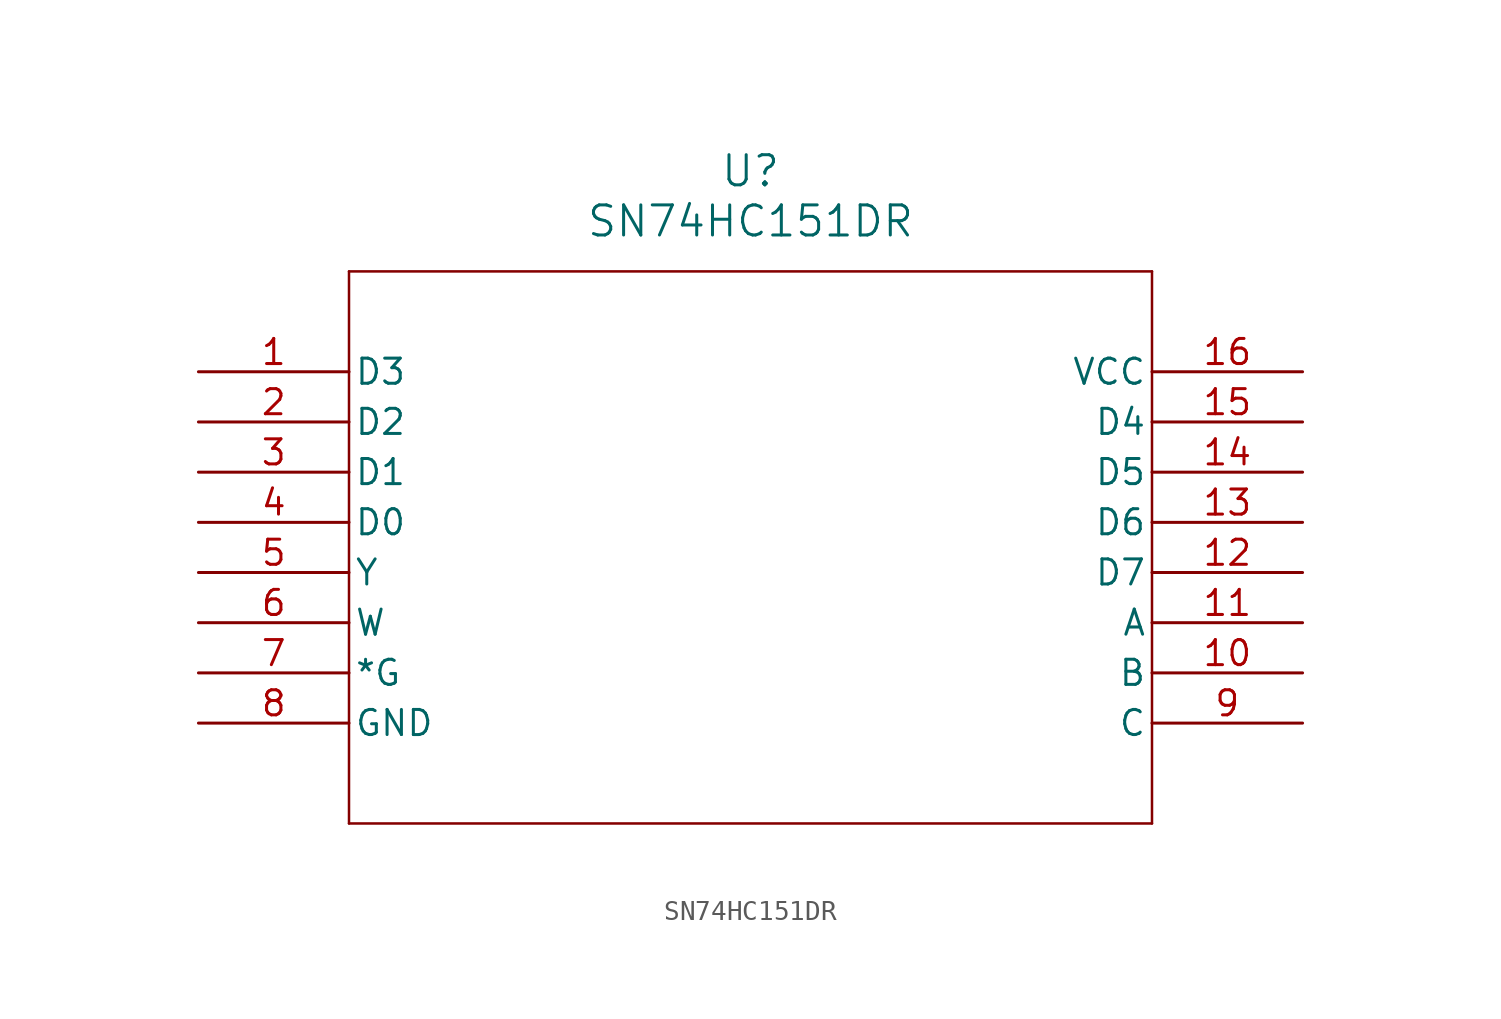
<source format=kicad_sym>
(kicad_symbol_lib
  (version 20211014)
  (generator kicad_symbol_editor)
  (symbol "SN74HC151DR"
    (pin_names
      (offset 0.254))
    (property "Reference" "U"
      (at 27.94 10.16 0)
      (effects (font (size 1.524 1.524))))
    (property "Value" "SN74HC151DR"
      (at 27.94 7.62 0)
      (effects (font (size 1.524 1.524))))
    (symbol "SN74HC151DR_0_1"
      (polyline (pts (xy 7.62 5.08) (xy 7.62 -22.86)) (stroke (width 0.127) (type default) (color 0 0 0 0)) (fill (type none)))
      (polyline (pts (xy 7.62 -22.86) (xy 48.26 -22.86)) (stroke (width 0.127) (type default) (color 0 0 0 0)) (fill (type none)))
      (polyline (pts (xy 48.26 -22.86) (xy 48.26 5.08)) (stroke (width 0.127) (type default) (color 0 0 0 0)) (fill (type none)))
      (polyline (pts (xy 48.26 5.08) (xy 7.62 5.08)) (stroke (width 0.127) (type default) (color 0 0 0 0)) (fill (type none)))
      (pin input line (at 0 0 0) (length 7.62) (name "D3" (effects (font (size 1.27 1.27)))) (number "1" (effects (font (size 1.27 1.27)))))
      (pin input line (at 0 -2.54 0) (length 7.62) (name "D2" (effects (font (size 1.27 1.27)))) (number "2" (effects (font (size 1.27 1.27)))))
      (pin input line (at 0 -5.08 0) (length 7.62) (name "D1" (effects (font (size 1.27 1.27)))) (number "3" (effects (font (size 1.27 1.27)))))
      (pin input line (at 0 -7.62 0) (length 7.62) (name "D0" (effects (font (size 1.27 1.27)))) (number "4" (effects (font (size 1.27 1.27)))))
      (pin output line (at 0 -10.16 0) (length 7.62) (name "Y" (effects (font (size 1.27 1.27)))) (number "5" (effects (font (size 1.27 1.27)))))
      (pin output line (at 0 -12.7 0) (length 7.62) (name "W" (effects (font (size 1.27 1.27)))) (number "6" (effects (font (size 1.27 1.27)))))
      (pin input line (at 0 -15.24 0) (length 7.62) (name "*G" (effects (font (size 1.27 1.27)))) (number "7" (effects (font (size 1.27 1.27)))))
      (pin power_in line (at 0 -17.78 0) (length 7.62) (name "GND" (effects (font (size 1.27 1.27)))) (number "8" (effects (font (size 1.27 1.27)))))
      (pin input line (at 55.88 -17.78 180) (length 7.62) (name "C" (effects (font (size 1.27 1.27)))) (number "9" (effects (font (size 1.27 1.27)))))
      (pin input line (at 55.88 -15.24 180) (length 7.62) (name "B" (effects (font (size 1.27 1.27)))) (number "10" (effects (font (size 1.27 1.27)))))
      (pin input line (at 55.88 -12.7 180) (length 7.62) (name "A" (effects (font (size 1.27 1.27)))) (number "11" (effects (font (size 1.27 1.27)))))
      (pin input line (at 55.88 -10.16 180) (length 7.62) (name "D7" (effects (font (size 1.27 1.27)))) (number "12" (effects (font (size 1.27 1.27)))))
      (pin input line (at 55.88 -7.62 180) (length 7.62) (name "D6" (effects (font (size 1.27 1.27)))) (number "13" (effects (font (size 1.27 1.27)))))
      (pin input line (at 55.88 -5.08 180) (length 7.62) (name "D5" (effects (font (size 1.27 1.27)))) (number "14" (effects (font (size 1.27 1.27)))))
      (pin input line (at 55.88 -2.54 180) (length 7.62) (name "D4" (effects (font (size 1.27 1.27)))) (number "15" (effects (font (size 1.27 1.27)))))
      (pin power_in line (at 55.88 0 180) (length 7.62) (name "VCC" (effects (font (size 1.27 1.27)))) (number "16" (effects (font (size 1.27 1.27))))))))
</source>
